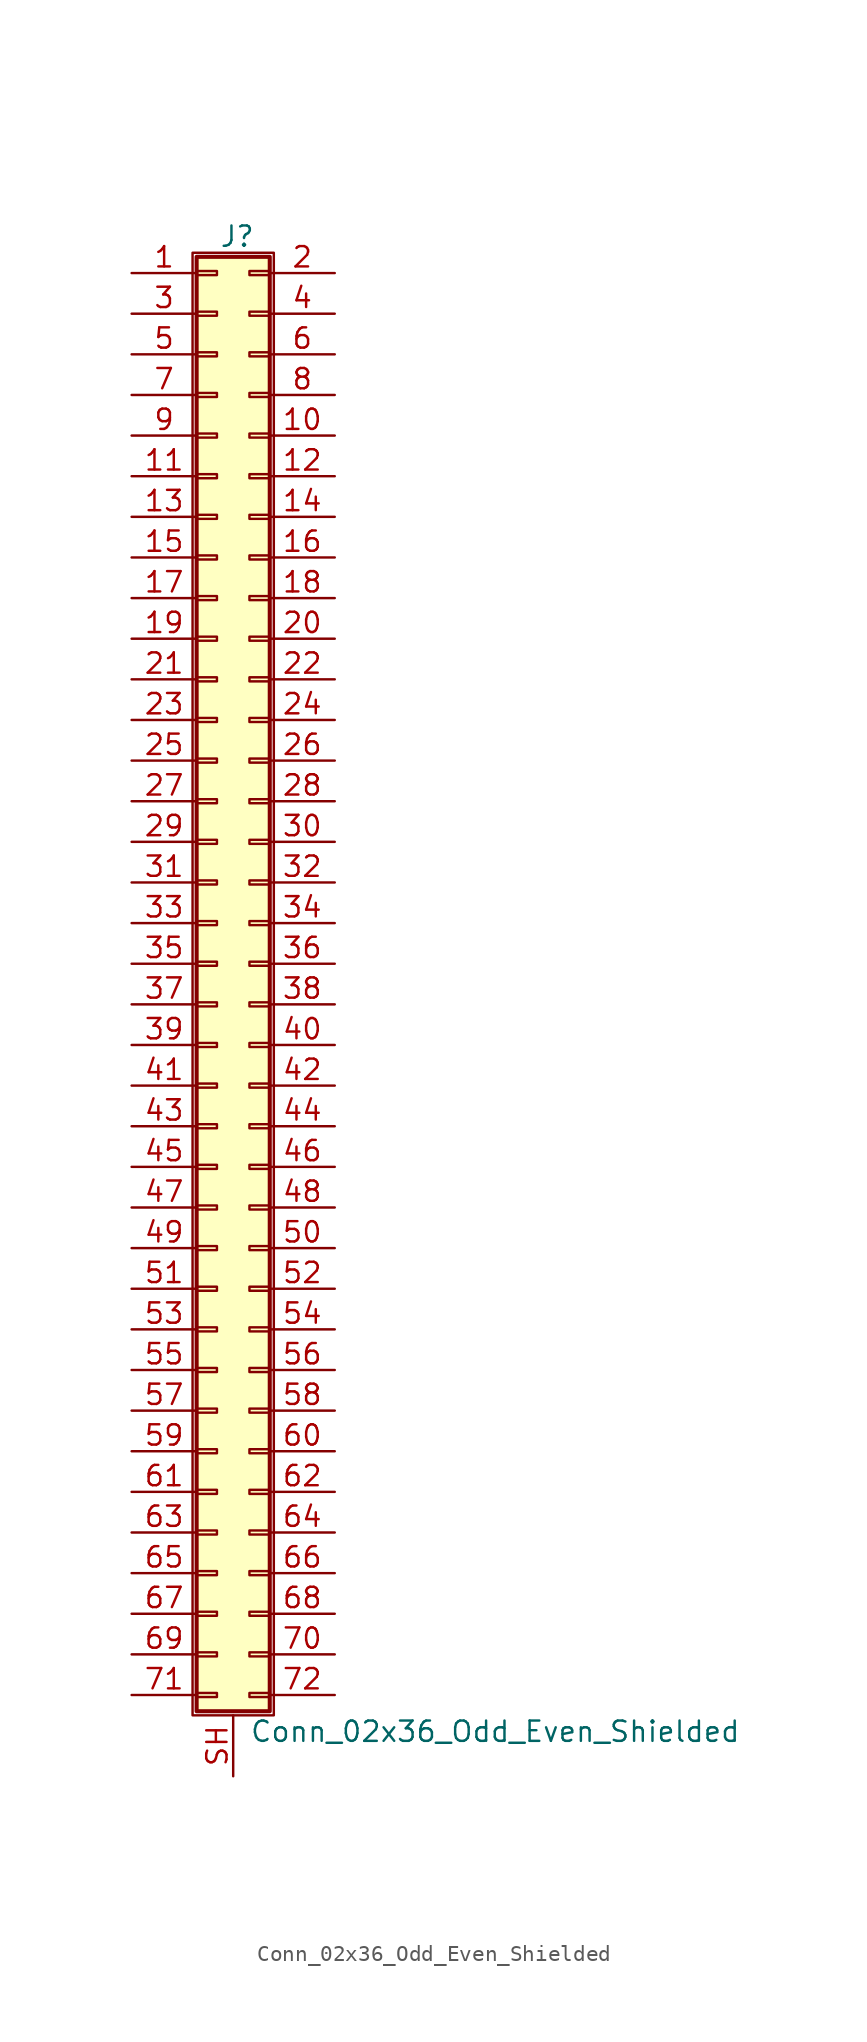
<source format=kicad_sym>
(kicad_symbol_lib
  (version 20201005)
  (generator kicad_symbol_editor)
  (symbol "Connector_Generic_Shielded:Conn_02x36_Odd_Even_Shielded"
    (pin_names
      (offset 1.016) hide)
    (property "Reference" "J"
      (at 1.524 45.466 0)
      (effects (font (size 1.27 1.27))))
    (property "Value" "Conn_02x36_Odd_Even_Shielded"
      (at 2.286 -48.006 0)
      (effects (font (size 1.27 1.27)) (justify left)))
    (symbol "Conn_02x36_Odd_Even_Shielded_1_1"
      (rectangle (start -1.016 -27.813) (end 0.254 -28.067) (stroke (width 0.152)) (fill (type none)))
      (rectangle (start -1.016 -30.353) (end 0.254 -30.607) (stroke (width 0.152)) (fill (type none)))
      (rectangle (start -1.016 -32.893) (end 0.254 -33.147) (stroke (width 0.152)) (fill (type none)))
      (rectangle (start -1.016 -35.433) (end 0.254 -35.687) (stroke (width 0.152)) (fill (type none)))
      (rectangle (start -1.016 -37.973) (end 0.254 -38.227) (stroke (width 0.152)) (fill (type none)))
      (rectangle (start -1.016 -40.513) (end 0.254 -40.767) (stroke (width 0.152)) (fill (type none)))
      (rectangle (start -1.016 -43.053) (end 0.254 -43.307) (stroke (width 0.152)) (fill (type none)))
      (rectangle (start -1.016 -45.593) (end 0.254 -45.847) (stroke (width 0.152)) (fill (type none)))
      (rectangle (start -1.016 -4.953) (end 0.254 -5.207) (stroke (width 0.152)) (fill (type none)))
      (rectangle (start -1.016 -7.493) (end 0.254 -7.747) (stroke (width 0.152)) (fill (type none)))
      (rectangle (start -1.016 -10.033) (end 0.254 -10.287) (stroke (width 0.152)) (fill (type none)))
      (rectangle (start -1.016 -12.573) (end 0.254 -12.827) (stroke (width 0.152)) (fill (type none)))
      (rectangle (start -1.016 -15.113) (end 0.254 -15.367) (stroke (width 0.152)) (fill (type none)))
      (rectangle (start -1.016 -17.653) (end 0.254 -17.907) (stroke (width 0.152)) (fill (type none)))
      (rectangle (start -1.016 -20.193) (end 0.254 -20.447) (stroke (width 0.152)) (fill (type none)))
      (rectangle (start -1.016 -22.733) (end 0.254 -22.987) (stroke (width 0.152)) (fill (type none)))
      (rectangle (start -1.016 -2.413) (end 0.254 -2.667) (stroke (width 0.152)) (fill (type none)))
      (rectangle (start -1.016 -25.273) (end 0.254 -25.527) (stroke (width 0.152)) (fill (type none)))
      (rectangle (start -1.016 25.527) (end 0.254 25.273) (stroke (width 0.152)) (fill (type none)))
      (rectangle (start -1.016 2.667) (end 0.254 2.413) (stroke (width 0.152)) (fill (type none)))
      (rectangle (start -1.016 28.067) (end 0.254 27.813) (stroke (width 0.152)) (fill (type none)))
      (rectangle (start -1.016 30.607) (end 0.254 30.353) (stroke (width 0.152)) (fill (type none)))
      (rectangle (start -1.016 33.147) (end 0.254 32.893) (stroke (width 0.152)) (fill (type none)))
      (rectangle (start -1.016 35.687) (end 0.254 35.433) (stroke (width 0.152)) (fill (type none)))
      (rectangle (start -1.016 38.227) (end 0.254 37.973) (stroke (width 0.152)) (fill (type none)))
      (rectangle (start -1.016 40.767) (end 0.254 40.513) (stroke (width 0.152)) (fill (type none)))
      (rectangle (start -1.016 43.307) (end 0.254 43.053) (stroke (width 0.152)) (fill (type none)))
      (rectangle (start -1.016 44.196) (end 3.556 -46.736) (stroke (width 0.254)) (fill (type background)))
      (rectangle (start -1.016 5.207) (end 0.254 4.953) (stroke (width 0.152)) (fill (type none)))
      (rectangle (start -1.016 7.747) (end 0.254 7.493) (stroke (width 0.152)) (fill (type none)))
      (rectangle (start -1.016 10.287) (end 0.254 10.033) (stroke (width 0.152)) (fill (type none)))
      (rectangle (start -1.016 0.127) (end 0.254 -0.127) (stroke (width 0.152)) (fill (type none)))
      (rectangle (start -1.016 12.827) (end 0.254 12.573) (stroke (width 0.152)) (fill (type none)))
      (rectangle (start -1.016 15.367) (end 0.254 15.113) (stroke (width 0.152)) (fill (type none)))
      (rectangle (start -1.016 17.907) (end 0.254 17.653) (stroke (width 0.152)) (fill (type none)))
      (rectangle (start -1.016 20.447) (end 0.254 20.193) (stroke (width 0.152)) (fill (type none)))
      (rectangle (start -1.016 22.987) (end 0.254 22.733) (stroke (width 0.152)) (fill (type none)))
      (rectangle (start -1.27 44.45) (end 3.81 -46.99) (stroke (width 0.152)) (fill (type none)))
      (rectangle (start 3.556 -27.813) (end 2.286 -28.067) (stroke (width 0.152)) (fill (type none)))
      (rectangle (start 3.556 -30.353) (end 2.286 -30.607) (stroke (width 0.152)) (fill (type none)))
      (rectangle (start 3.556 -32.893) (end 2.286 -33.147) (stroke (width 0.152)) (fill (type none)))
      (rectangle (start 3.556 -35.433) (end 2.286 -35.687) (stroke (width 0.152)) (fill (type none)))
      (rectangle (start 3.556 -37.973) (end 2.286 -38.227) (stroke (width 0.152)) (fill (type none)))
      (rectangle (start 3.556 -40.513) (end 2.286 -40.767) (stroke (width 0.152)) (fill (type none)))
      (rectangle (start 3.556 -43.053) (end 2.286 -43.307) (stroke (width 0.152)) (fill (type none)))
      (rectangle (start 3.556 -45.593) (end 2.286 -45.847) (stroke (width 0.152)) (fill (type none)))
      (rectangle (start 3.556 -4.953) (end 2.286 -5.207) (stroke (width 0.152)) (fill (type none)))
      (rectangle (start 3.556 -7.493) (end 2.286 -7.747) (stroke (width 0.152)) (fill (type none)))
      (rectangle (start 3.556 -10.033) (end 2.286 -10.287) (stroke (width 0.152)) (fill (type none)))
      (rectangle (start 3.556 -12.573) (end 2.286 -12.827) (stroke (width 0.152)) (fill (type none)))
      (rectangle (start 3.556 -15.113) (end 2.286 -15.367) (stroke (width 0.152)) (fill (type none)))
      (rectangle (start 3.556 -17.653) (end 2.286 -17.907) (stroke (width 0.152)) (fill (type none)))
      (rectangle (start 3.556 -20.193) (end 2.286 -20.447) (stroke (width 0.152)) (fill (type none)))
      (rectangle (start 3.556 -22.733) (end 2.286 -22.987) (stroke (width 0.152)) (fill (type none)))
      (rectangle (start 3.556 -2.413) (end 2.286 -2.667) (stroke (width 0.152)) (fill (type none)))
      (rectangle (start 3.556 -25.273) (end 2.286 -25.527) (stroke (width 0.152)) (fill (type none)))
      (rectangle (start 3.556 25.527) (end 2.286 25.273) (stroke (width 0.152)) (fill (type none)))
      (rectangle (start 3.556 2.667) (end 2.286 2.413) (stroke (width 0.152)) (fill (type none)))
      (rectangle (start 3.556 28.067) (end 2.286 27.813) (stroke (width 0.152)) (fill (type none)))
      (rectangle (start 3.556 30.607) (end 2.286 30.353) (stroke (width 0.152)) (fill (type none)))
      (rectangle (start 3.556 33.147) (end 2.286 32.893) (stroke (width 0.152)) (fill (type none)))
      (rectangle (start 3.556 35.687) (end 2.286 35.433) (stroke (width 0.152)) (fill (type none)))
      (rectangle (start 3.556 38.227) (end 2.286 37.973) (stroke (width 0.152)) (fill (type none)))
      (rectangle (start 3.556 40.767) (end 2.286 40.513) (stroke (width 0.152)) (fill (type none)))
      (rectangle (start 3.556 43.307) (end 2.286 43.053) (stroke (width 0.152)) (fill (type none)))
      (rectangle (start 3.556 5.207) (end 2.286 4.953) (stroke (width 0.152)) (fill (type none)))
      (rectangle (start 3.556 7.747) (end 2.286 7.493) (stroke (width 0.152)) (fill (type none)))
      (rectangle (start 3.556 10.287) (end 2.286 10.033) (stroke (width 0.152)) (fill (type none)))
      (rectangle (start 3.556 0.127) (end 2.286 -0.127) (stroke (width 0.152)) (fill (type none)))
      (rectangle (start 3.556 12.827) (end 2.286 12.573) (stroke (width 0.152)) (fill (type none)))
      (rectangle (start 3.556 15.367) (end 2.286 15.113) (stroke (width 0.152)) (fill (type none)))
      (rectangle (start 3.556 17.907) (end 2.286 17.653) (stroke (width 0.152)) (fill (type none)))
      (rectangle (start 3.556 20.447) (end 2.286 20.193) (stroke (width 0.152)) (fill (type none)))
      (rectangle (start 3.556 22.987) (end 2.286 22.733) (stroke (width 0.152)) (fill (type none)))
      (pin passive line (at -5.08 43.18 0) (length 4.064) (name "Pin_1" (effects (font (size 1.27 1.27)))) (number "1" (effects (font (size 1.27 1.27)))))
      (pin passive line (at 7.62 33.02 180) (length 4.064) (name "Pin_10" (effects (font (size 1.27 1.27)))) (number "10" (effects (font (size 1.27 1.27)))))
      (pin passive line (at -5.08 30.48 0) (length 4.064) (name "Pin_11" (effects (font (size 1.27 1.27)))) (number "11" (effects (font (size 1.27 1.27)))))
      (pin passive line (at 7.62 30.48 180) (length 4.064) (name "Pin_12" (effects (font (size 1.27 1.27)))) (number "12" (effects (font (size 1.27 1.27)))))
      (pin passive line (at -5.08 27.94 0) (length 4.064) (name "Pin_13" (effects (font (size 1.27 1.27)))) (number "13" (effects (font (size 1.27 1.27)))))
      (pin passive line (at 7.62 27.94 180) (length 4.064) (name "Pin_14" (effects (font (size 1.27 1.27)))) (number "14" (effects (font (size 1.27 1.27)))))
      (pin passive line (at -5.08 25.4 0) (length 4.064) (name "Pin_15" (effects (font (size 1.27 1.27)))) (number "15" (effects (font (size 1.27 1.27)))))
      (pin passive line (at 7.62 25.4 180) (length 4.064) (name "Pin_16" (effects (font (size 1.27 1.27)))) (number "16" (effects (font (size 1.27 1.27)))))
      (pin passive line (at -5.08 22.86 0) (length 4.064) (name "Pin_17" (effects (font (size 1.27 1.27)))) (number "17" (effects (font (size 1.27 1.27)))))
      (pin passive line (at 7.62 22.86 180) (length 4.064) (name "Pin_18" (effects (font (size 1.27 1.27)))) (number "18" (effects (font (size 1.27 1.27)))))
      (pin passive line (at -5.08 20.32 0) (length 4.064) (name "Pin_19" (effects (font (size 1.27 1.27)))) (number "19" (effects (font (size 1.27 1.27)))))
      (pin passive line (at 7.62 43.18 180) (length 4.064) (name "Pin_2" (effects (font (size 1.27 1.27)))) (number "2" (effects (font (size 1.27 1.27)))))
      (pin passive line (at 7.62 20.32 180) (length 4.064) (name "Pin_20" (effects (font (size 1.27 1.27)))) (number "20" (effects (font (size 1.27 1.27)))))
      (pin passive line (at -5.08 17.78 0) (length 4.064) (name "Pin_21" (effects (font (size 1.27 1.27)))) (number "21" (effects (font (size 1.27 1.27)))))
      (pin passive line (at 7.62 17.78 180) (length 4.064) (name "Pin_22" (effects (font (size 1.27 1.27)))) (number "22" (effects (font (size 1.27 1.27)))))
      (pin passive line (at -5.08 15.24 0) (length 4.064) (name "Pin_23" (effects (font (size 1.27 1.27)))) (number "23" (effects (font (size 1.27 1.27)))))
      (pin passive line (at 7.62 15.24 180) (length 4.064) (name "Pin_24" (effects (font (size 1.27 1.27)))) (number "24" (effects (font (size 1.27 1.27)))))
      (pin passive line (at -5.08 12.7 0) (length 4.064) (name "Pin_25" (effects (font (size 1.27 1.27)))) (number "25" (effects (font (size 1.27 1.27)))))
      (pin passive line (at 7.62 12.7 180) (length 4.064) (name "Pin_26" (effects (font (size 1.27 1.27)))) (number "26" (effects (font (size 1.27 1.27)))))
      (pin passive line (at -5.08 10.16 0) (length 4.064) (name "Pin_27" (effects (font (size 1.27 1.27)))) (number "27" (effects (font (size 1.27 1.27)))))
      (pin passive line (at 7.62 10.16 180) (length 4.064) (name "Pin_28" (effects (font (size 1.27 1.27)))) (number "28" (effects (font (size 1.27 1.27)))))
      (pin passive line (at -5.08 7.62 0) (length 4.064) (name "Pin_29" (effects (font (size 1.27 1.27)))) (number "29" (effects (font (size 1.27 1.27)))))
      (pin passive line (at -5.08 40.64 0) (length 4.064) (name "Pin_3" (effects (font (size 1.27 1.27)))) (number "3" (effects (font (size 1.27 1.27)))))
      (pin passive line (at 7.62 7.62 180) (length 4.064) (name "Pin_30" (effects (font (size 1.27 1.27)))) (number "30" (effects (font (size 1.27 1.27)))))
      (pin passive line (at -5.08 5.08 0) (length 4.064) (name "Pin_31" (effects (font (size 1.27 1.27)))) (number "31" (effects (font (size 1.27 1.27)))))
      (pin passive line (at 7.62 5.08 180) (length 4.064) (name "Pin_32" (effects (font (size 1.27 1.27)))) (number "32" (effects (font (size 1.27 1.27)))))
      (pin passive line (at -5.08 2.54 0) (length 4.064) (name "Pin_33" (effects (font (size 1.27 1.27)))) (number "33" (effects (font (size 1.27 1.27)))))
      (pin passive line (at 7.62 2.54 180) (length 4.064) (name "Pin_34" (effects (font (size 1.27 1.27)))) (number "34" (effects (font (size 1.27 1.27)))))
      (pin passive line (at -5.08 0 0) (length 4.064) (name "Pin_35" (effects (font (size 1.27 1.27)))) (number "35" (effects (font (size 1.27 1.27)))))
      (pin passive line (at 7.62 0 180) (length 4.064) (name "Pin_36" (effects (font (size 1.27 1.27)))) (number "36" (effects (font (size 1.27 1.27)))))
      (pin passive line (at -5.08 -2.54 0) (length 4.064) (name "Pin_37" (effects (font (size 1.27 1.27)))) (number "37" (effects (font (size 1.27 1.27)))))
      (pin passive line (at 7.62 -2.54 180) (length 4.064) (name "Pin_38" (effects (font (size 1.27 1.27)))) (number "38" (effects (font (size 1.27 1.27)))))
      (pin passive line (at -5.08 -5.08 0) (length 4.064) (name "Pin_39" (effects (font (size 1.27 1.27)))) (number "39" (effects (font (size 1.27 1.27)))))
      (pin passive line (at 7.62 40.64 180) (length 4.064) (name "Pin_4" (effects (font (size 1.27 1.27)))) (number "4" (effects (font (size 1.27 1.27)))))
      (pin passive line (at 7.62 -5.08 180) (length 4.064) (name "Pin_40" (effects (font (size 1.27 1.27)))) (number "40" (effects (font (size 1.27 1.27)))))
      (pin passive line (at -5.08 -7.62 0) (length 4.064) (name "Pin_41" (effects (font (size 1.27 1.27)))) (number "41" (effects (font (size 1.27 1.27)))))
      (pin passive line (at 7.62 -7.62 180) (length 4.064) (name "Pin_42" (effects (font (size 1.27 1.27)))) (number "42" (effects (font (size 1.27 1.27)))))
      (pin passive line (at -5.08 -10.16 0) (length 4.064) (name "Pin_43" (effects (font (size 1.27 1.27)))) (number "43" (effects (font (size 1.27 1.27)))))
      (pin passive line (at 7.62 -10.16 180) (length 4.064) (name "Pin_44" (effects (font (size 1.27 1.27)))) (number "44" (effects (font (size 1.27 1.27)))))
      (pin passive line (at -5.08 -12.7 0) (length 4.064) (name "Pin_45" (effects (font (size 1.27 1.27)))) (number "45" (effects (font (size 1.27 1.27)))))
      (pin passive line (at 7.62 -12.7 180) (length 4.064) (name "Pin_46" (effects (font (size 1.27 1.27)))) (number "46" (effects (font (size 1.27 1.27)))))
      (pin passive line (at -5.08 -15.24 0) (length 4.064) (name "Pin_47" (effects (font (size 1.27 1.27)))) (number "47" (effects (font (size 1.27 1.27)))))
      (pin passive line (at 7.62 -15.24 180) (length 4.064) (name "Pin_48" (effects (font (size 1.27 1.27)))) (number "48" (effects (font (size 1.27 1.27)))))
      (pin passive line (at -5.08 -17.78 0) (length 4.064) (name "Pin_49" (effects (font (size 1.27 1.27)))) (number "49" (effects (font (size 1.27 1.27)))))
      (pin passive line (at -5.08 38.1 0) (length 4.064) (name "Pin_5" (effects (font (size 1.27 1.27)))) (number "5" (effects (font (size 1.27 1.27)))))
      (pin passive line (at 7.62 -17.78 180) (length 4.064) (name "Pin_50" (effects (font (size 1.27 1.27)))) (number "50" (effects (font (size 1.27 1.27)))))
      (pin passive line (at -5.08 -20.32 0) (length 4.064) (name "Pin_51" (effects (font (size 1.27 1.27)))) (number "51" (effects (font (size 1.27 1.27)))))
      (pin passive line (at 7.62 -20.32 180) (length 4.064) (name "Pin_52" (effects (font (size 1.27 1.27)))) (number "52" (effects (font (size 1.27 1.27)))))
      (pin passive line (at -5.08 -22.86 0) (length 4.064) (name "Pin_53" (effects (font (size 1.27 1.27)))) (number "53" (effects (font (size 1.27 1.27)))))
      (pin passive line (at 7.62 -22.86 180) (length 4.064) (name "Pin_54" (effects (font (size 1.27 1.27)))) (number "54" (effects (font (size 1.27 1.27)))))
      (pin passive line (at -5.08 -25.4 0) (length 4.064) (name "Pin_55" (effects (font (size 1.27 1.27)))) (number "55" (effects (font (size 1.27 1.27)))))
      (pin passive line (at 7.62 -25.4 180) (length 4.064) (name "Pin_56" (effects (font (size 1.27 1.27)))) (number "56" (effects (font (size 1.27 1.27)))))
      (pin passive line (at -5.08 -27.94 0) (length 4.064) (name "Pin_57" (effects (font (size 1.27 1.27)))) (number "57" (effects (font (size 1.27 1.27)))))
      (pin passive line (at 7.62 -27.94 180) (length 4.064) (name "Pin_58" (effects (font (size 1.27 1.27)))) (number "58" (effects (font (size 1.27 1.27)))))
      (pin passive line (at -5.08 -30.48 0) (length 4.064) (name "Pin_59" (effects (font (size 1.27 1.27)))) (number "59" (effects (font (size 1.27 1.27)))))
      (pin passive line (at 7.62 38.1 180) (length 4.064) (name "Pin_6" (effects (font (size 1.27 1.27)))) (number "6" (effects (font (size 1.27 1.27)))))
      (pin passive line (at 7.62 -30.48 180) (length 4.064) (name "Pin_60" (effects (font (size 1.27 1.27)))) (number "60" (effects (font (size 1.27 1.27)))))
      (pin passive line (at -5.08 -33.02 0) (length 4.064) (name "Pin_61" (effects (font (size 1.27 1.27)))) (number "61" (effects (font (size 1.27 1.27)))))
      (pin passive line (at 7.62 -33.02 180) (length 4.064) (name "Pin_62" (effects (font (size 1.27 1.27)))) (number "62" (effects (font (size 1.27 1.27)))))
      (pin passive line (at -5.08 -35.56 0) (length 4.064) (name "Pin_63" (effects (font (size 1.27 1.27)))) (number "63" (effects (font (size 1.27 1.27)))))
      (pin passive line (at 7.62 -35.56 180) (length 4.064) (name "Pin_64" (effects (font (size 1.27 1.27)))) (number "64" (effects (font (size 1.27 1.27)))))
      (pin passive line (at -5.08 -38.1 0) (length 4.064) (name "Pin_65" (effects (font (size 1.27 1.27)))) (number "65" (effects (font (size 1.27 1.27)))))
      (pin passive line (at 7.62 -38.1 180) (length 4.064) (name "Pin_66" (effects (font (size 1.27 1.27)))) (number "66" (effects (font (size 1.27 1.27)))))
      (pin passive line (at -5.08 -40.64 0) (length 4.064) (name "Pin_67" (effects (font (size 1.27 1.27)))) (number "67" (effects (font (size 1.27 1.27)))))
      (pin passive line (at 7.62 -40.64 180) (length 4.064) (name "Pin_68" (effects (font (size 1.27 1.27)))) (number "68" (effects (font (size 1.27 1.27)))))
      (pin passive line (at -5.08 -43.18 0) (length 4.064) (name "Pin_69" (effects (font (size 1.27 1.27)))) (number "69" (effects (font (size 1.27 1.27)))))
      (pin passive line (at -5.08 35.56 0) (length 4.064) (name "Pin_7" (effects (font (size 1.27 1.27)))) (number "7" (effects (font (size 1.27 1.27)))))
      (pin passive line (at 7.62 -43.18 180) (length 4.064) (name "Pin_70" (effects (font (size 1.27 1.27)))) (number "70" (effects (font (size 1.27 1.27)))))
      (pin passive line (at -5.08 -45.72 0) (length 4.064) (name "Pin_71" (effects (font (size 1.27 1.27)))) (number "71" (effects (font (size 1.27 1.27)))))
      (pin passive line (at 7.62 -45.72 180) (length 4.064) (name "Pin_72" (effects (font (size 1.27 1.27)))) (number "72" (effects (font (size 1.27 1.27)))))
      (pin passive line (at 7.62 35.56 180) (length 4.064) (name "Pin_8" (effects (font (size 1.27 1.27)))) (number "8" (effects (font (size 1.27 1.27)))))
      (pin passive line (at -5.08 33.02 0) (length 4.064) (name "Pin_9" (effects (font (size 1.27 1.27)))) (number "9" (effects (font (size 1.27 1.27)))))
      (pin passive line (at 1.27 -50.8 90) (length 3.81) (name "Shield" (effects (font (size 1.27 1.27)))) (number "SH" (effects (font (size 1.27 1.27))))))))
</source>
